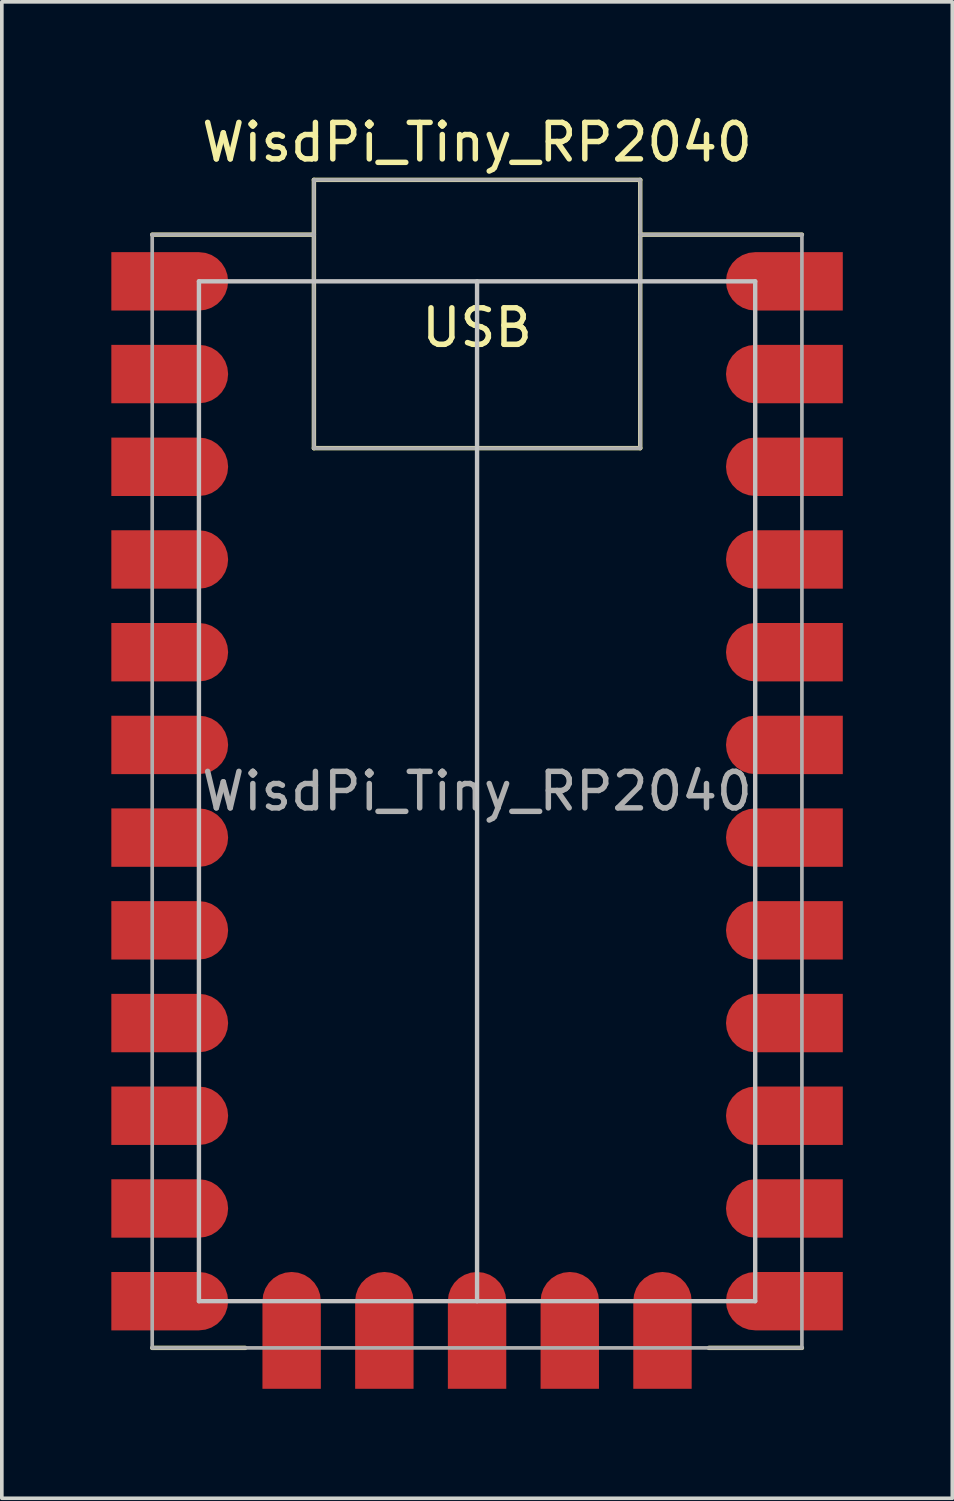
<source format=kicad_pcb>
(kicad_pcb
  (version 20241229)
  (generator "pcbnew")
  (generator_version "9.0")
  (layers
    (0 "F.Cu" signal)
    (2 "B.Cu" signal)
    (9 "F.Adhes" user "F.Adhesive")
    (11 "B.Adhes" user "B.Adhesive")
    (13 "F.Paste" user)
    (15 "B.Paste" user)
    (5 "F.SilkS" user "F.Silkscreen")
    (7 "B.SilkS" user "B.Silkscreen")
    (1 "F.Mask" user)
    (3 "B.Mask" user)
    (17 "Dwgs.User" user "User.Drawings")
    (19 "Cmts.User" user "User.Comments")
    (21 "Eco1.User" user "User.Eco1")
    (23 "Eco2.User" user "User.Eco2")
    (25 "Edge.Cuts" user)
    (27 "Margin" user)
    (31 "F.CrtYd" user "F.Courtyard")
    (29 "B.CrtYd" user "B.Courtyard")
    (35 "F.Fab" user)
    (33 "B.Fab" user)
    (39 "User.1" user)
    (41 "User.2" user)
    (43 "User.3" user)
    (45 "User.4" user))
  (footprint "WisdPi_Tiny_RP2040"
    (layer "F.Cu")
    (at 10.02 18.628)
    (property "Reference" "WisdPi_Tiny_RP2040" (at 0 -17.78 0) (unlocked yes) (layer "F.SilkS") (effects (font (size 1 1) (thickness 0.15))))
    (attr smd)
    (fp_line (start -8.9 -15.25) (end -4.47 -15.25) (stroke (width 0.12) (type solid)) (layer "F.SilkS"))
    (fp_line (start -8.9 15.25) (end -6.35 15.25) (stroke (width 0.12) (type solid)) (layer "F.SilkS"))
    (fp_line (start -4.47 -16.75) (end 4.47 -16.75) (stroke (width 0.12) (type solid)) (layer "F.SilkS"))
    (fp_line (start -4.47 -9.4) (end -4.47 -16.75) (stroke (width 0.12) (type solid)) (layer "F.SilkS"))
    (fp_line (start -4.47 -9.4) (end 4.47 -9.4) (stroke (width 0.12) (type solid)) (layer "F.SilkS"))
    (fp_line (start 4.47 -15.25) (end 8.9 -15.25) (stroke (width 0.12) (type solid)) (layer "F.SilkS"))
    (fp_line (start 4.47 -9.4) (end 4.47 -16.75) (stroke (width 0.12) (type solid)) (layer "F.SilkS"))
    (fp_line (start 6.35 15.25) (end 8.9 15.25) (stroke (width 0.12) (type solid)) (layer "F.SilkS"))
    (fp_line (start -7.62 -13.97) (end -7.62 13.97) (stroke (width 0.12) (type solid)) (layer "Dwgs.User"))
    (fp_line (start -7.62 13.97) (end 7.62 13.97) (stroke (width 0.12) (type solid)) (layer "Dwgs.User"))
    (fp_line (start 0 13.97) (end 0 -13.97) (stroke (width 0.12) (type solid)) (layer "Dwgs.User"))
    (fp_line (start 7.62 -13.97) (end -7.62 -13.97) (stroke (width 0.12) (type solid)) (layer "Dwgs.User"))
    (fp_line (start 7.62 13.97) (end 7.62 -13.97) (stroke (width 0.12) (type solid)) (layer "Dwgs.User"))
    (fp_line (start -8.9 -15.25) (end -8.9 15.25) (stroke (width 0.1) (type solid)) (layer "F.Fab"))
    (fp_line (start -8.9 -15.25) (end -4.47 -15.25) (stroke (width 0.1) (type solid)) (layer "F.Fab"))
    (fp_line (start -8.9 15.25) (end 8.9 15.25) (stroke (width 0.1) (type solid)) (layer "F.Fab"))
    (fp_line (start -4.47 -9.4) (end -4.47 -16.75) (stroke (width 0.1) (type solid)) (layer "F.Fab"))
    (fp_line (start 4.47 -16.75) (end -4.47 -16.75) (stroke (width 0.1) (type solid)) (layer "F.Fab"))
    (fp_line (start 4.47 -16.75) (end 4.47 -9.4) (stroke (width 0.1) (type solid)) (layer "F.Fab"))
    (fp_line (start 4.47 -9.4) (end -4.47 -9.4) (stroke (width 0.1) (type solid)) (layer "F.Fab"))
    (fp_line (start 8.9 -15.25) (end 4.47 -15.25) (stroke (width 0.1) (type solid)) (layer "F.Fab"))
    (fp_line (start 8.9 15.25) (end 8.9 -15.25) (stroke (width 0.1) (type solid)) (layer "F.Fab"))
    (fp_text user "USB" (at 0 -12.7 0) (unlocked yes) (layer "F.SilkS") (effects (font (size 1 1) (thickness 0.15))))
    (fp_text user "${REFERENCE}" (at 0 0 0) (unlocked yes) (layer "F.Fab") (effects (font (size 1 1) (thickness 0.15))))
    (pad "1" smd roundrect (at -8.42 -13.97) (size 3.2 1.6) (layers "F.Cu" "F.Mask") (roundrect_rratio 0.5) (chamfer_ratio 0) (chamfer top_left bottom_left))
    (pad "2" smd roundrect (at -8.42 -11.43) (size 3.2 1.6) (layers "F.Cu" "F.Mask") (roundrect_rratio 0.5) (chamfer_ratio 0) (chamfer top_left bottom_left))
    (pad "3" smd roundrect (at -8.42 -8.89) (size 3.2 1.6) (layers "F.Cu" "F.Mask") (roundrect_rratio 0.5) (chamfer_ratio 0) (chamfer top_left bottom_left))
    (pad "4" smd roundrect (at -8.42 -6.35) (size 3.2 1.6) (layers "F.Cu" "F.Mask") (roundrect_rratio 0.5) (chamfer_ratio 0) (chamfer top_left bottom_left))
    (pad "5" smd roundrect (at -8.42 -3.81) (size 3.2 1.6) (layers "F.Cu" "F.Mask") (roundrect_rratio 0.5) (chamfer_ratio 0) (chamfer top_left bottom_left))
    (pad "6" smd roundrect (at -8.42 -1.27) (size 3.2 1.6) (layers "F.Cu" "F.Mask") (roundrect_rratio 0.5) (chamfer_ratio 0) (chamfer top_left bottom_left))
    (pad "7" smd roundrect (at -8.42 1.27) (size 3.2 1.6) (layers "F.Cu" "F.Mask") (roundrect_rratio 0.5) (chamfer_ratio 0) (chamfer top_left bottom_left))
    (pad "8" smd roundrect (at -8.42 3.81) (size 3.2 1.6) (layers "F.Cu" "F.Mask") (roundrect_rratio 0.5) (chamfer_ratio 0) (chamfer top_left bottom_left))
    (pad "9" smd roundrect (at -8.42 6.35) (size 3.2 1.6) (layers "F.Cu" "F.Mask") (roundrect_rratio 0.5) (chamfer_ratio 0) (chamfer top_left bottom_left))
    (pad "10" smd roundrect (at -8.42 8.89) (size 3.2 1.6) (layers "F.Cu" "F.Mask") (roundrect_rratio 0.5) (chamfer_ratio 0) (chamfer top_left bottom_left))
    (pad "11" smd roundrect (at -8.42 11.43) (size 3.2 1.6) (layers "F.Cu" "F.Mask") (roundrect_rratio 0.5) (chamfer_ratio 0) (chamfer top_left bottom_left))
    (pad "12" smd roundrect (at -8.42 13.97) (size 3.2 1.6) (layers "F.Cu" "F.Mask") (roundrect_rratio 0.5) (chamfer_ratio 0) (chamfer top_left bottom_left))
    (pad "13" smd roundrect (at -5.08 14.77 90) (size 3.2 1.6) (layers "F.Cu" "F.Mask") (roundrect_rratio 0.5) (chamfer_ratio 0) (chamfer top_left bottom_left))
    (pad "14" smd roundrect (at -2.54 14.77 90) (size 3.2 1.6) (layers "F.Cu" "F.Mask") (roundrect_rratio 0.5) (chamfer_ratio 0) (chamfer top_left bottom_left))
    (pad "15" smd roundrect (at 0 14.77 90) (size 3.2 1.6) (layers "F.Cu" "F.Mask") (roundrect_rratio 0.5) (chamfer_ratio 0) (chamfer top_left bottom_left))
    (pad "16" smd roundrect (at 2.54 14.77 90) (size 3.2 1.6) (layers "F.Cu" "F.Mask") (roundrect_rratio 0.5) (chamfer_ratio 0) (chamfer top_left bottom_left))
    (pad "17" smd roundrect (at 5.08 14.77 90) (size 3.2 1.6) (layers "F.Cu" "F.Mask") (roundrect_rratio 0.5) (chamfer_ratio 0) (chamfer top_left bottom_left))
    (pad "18" smd roundrect (at 8.42 13.97 180) (size 3.2 1.6) (layers "F.Cu" "F.Mask") (roundrect_rratio 0.5) (chamfer_ratio 0) (chamfer top_left bottom_left))
    (pad "19" smd roundrect (at 8.42 11.43 180) (size 3.2 1.6) (layers "F.Cu" "F.Mask") (roundrect_rratio 0.5) (chamfer_ratio 0) (chamfer top_left bottom_left))
    (pad "20" smd roundrect (at 8.42 8.89 180) (size 3.2 1.6) (layers "F.Cu" "F.Mask") (roundrect_rratio 0.5) (chamfer_ratio 0) (chamfer top_left bottom_left))
    (pad "21" smd roundrect (at 8.42 6.35 180) (size 3.2 1.6) (layers "F.Cu" "F.Mask") (roundrect_rratio 0.5) (chamfer_ratio 0) (chamfer top_left bottom_left))
    (pad "22" smd roundrect (at 8.42 3.81 180) (size 3.2 1.6) (layers "F.Cu" "F.Mask") (roundrect_rratio 0.5) (chamfer_ratio 0) (chamfer top_left bottom_left))
    (pad "23" smd roundrect (at 8.42 1.27 180) (size 3.2 1.6) (layers "F.Cu" "F.Mask") (roundrect_rratio 0.5) (chamfer_ratio 0) (chamfer top_left bottom_left))
    (pad "24" smd roundrect (at 8.42 -1.27 180) (size 3.2 1.6) (layers "F.Cu" "F.Mask") (roundrect_rratio 0.5) (chamfer_ratio 0) (chamfer top_left bottom_left))
    (pad "25" smd roundrect (at 8.42 -3.81 180) (size 3.2 1.6) (layers "F.Cu" "F.Mask") (roundrect_rratio 0.5) (chamfer_ratio 0) (chamfer top_left bottom_left))
    (pad "26" smd roundrect (at 8.42 -6.35 180) (size 3.2 1.6) (layers "F.Cu" "F.Mask") (roundrect_rratio 0.5) (chamfer_ratio 0) (chamfer top_left bottom_left))
    (pad "27" smd roundrect (at 8.42 -8.89 180) (size 3.2 1.6) (layers "F.Cu" "F.Mask") (roundrect_rratio 0.5) (chamfer_ratio 0) (chamfer top_left bottom_left))
    (pad "28" smd roundrect (at 8.42 -11.43 180) (size 3.2 1.6) (layers "F.Cu" "F.Mask") (roundrect_rratio 0.5) (chamfer_ratio 0) (chamfer top_left bottom_left))
    (pad "29" smd roundrect (at 8.42 -13.97 180) (size 3.2 1.6) (layers "F.Cu" "F.Mask") (roundrect_rratio 0.5) (chamfer_ratio 0) (chamfer top_left bottom_left)))
  (gr_rect
    (start -3 -3)
    (end 23.04 37.998)
    (stroke (width 0.1) (type default))
    (fill no)
    (layer "Edge.Cuts")))
</source>
